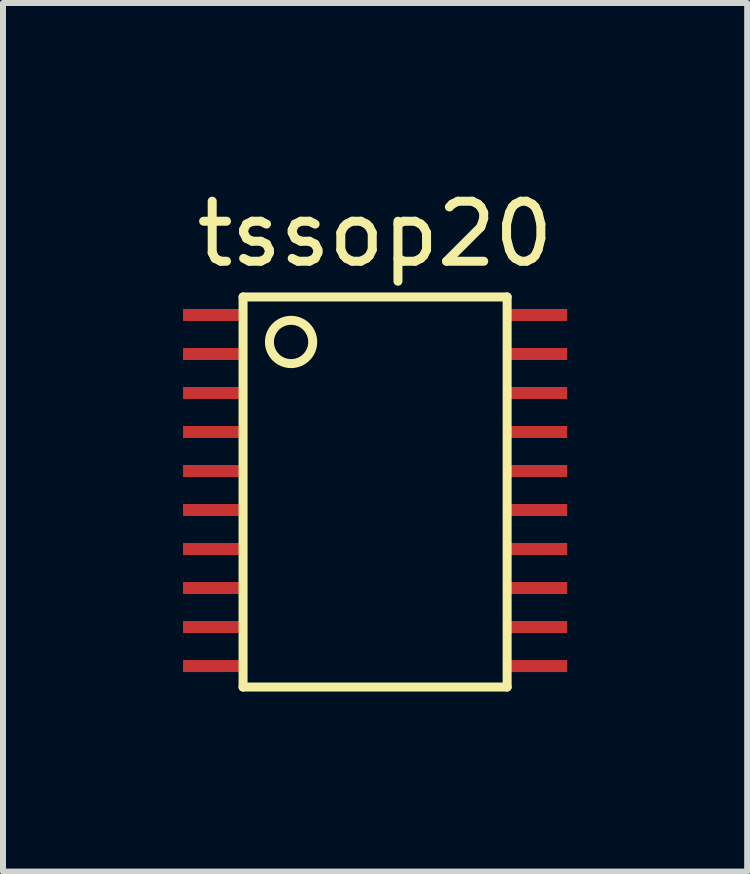
<source format=kicad_pcb>
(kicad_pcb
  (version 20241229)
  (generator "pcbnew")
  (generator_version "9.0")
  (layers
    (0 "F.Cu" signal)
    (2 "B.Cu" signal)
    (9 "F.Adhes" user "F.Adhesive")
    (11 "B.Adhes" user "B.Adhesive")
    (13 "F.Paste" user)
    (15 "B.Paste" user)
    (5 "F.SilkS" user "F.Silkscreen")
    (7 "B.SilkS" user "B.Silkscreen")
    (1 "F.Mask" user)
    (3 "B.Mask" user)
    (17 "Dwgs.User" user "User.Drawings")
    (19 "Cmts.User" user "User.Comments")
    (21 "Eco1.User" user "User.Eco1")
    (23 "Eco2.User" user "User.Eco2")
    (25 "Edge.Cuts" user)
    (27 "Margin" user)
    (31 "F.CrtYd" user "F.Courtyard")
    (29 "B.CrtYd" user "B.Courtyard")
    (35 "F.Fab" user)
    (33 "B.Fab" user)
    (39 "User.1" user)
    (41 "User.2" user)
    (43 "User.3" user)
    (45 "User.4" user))
  (footprint "tssop20"
    (layer "F.Cu")
    (at 3.2 5.448)
    (property "Reference" "tssop20" (at 0 -4.6 0) (layer "F.SilkS") (effects (font (size 1 1) (thickness 0.15))))
    (attr through_hole)
    (fp_line (start -2.2 -3.55) (end 2.2 -3.55) (stroke (width 0.15) (type solid)) (layer "F.SilkS"))
    (fp_line (start -2.2 2.95) (end -2.2 -3.55) (stroke (width 0.15) (type solid)) (layer "F.SilkS"))
    (fp_line (start 2.2 -3.55) (end 2.2 2.95) (stroke (width 0.15) (type solid)) (layer "F.SilkS"))
    (fp_line (start 2.2 2.95) (end -2.2 2.95) (stroke (width 0.15) (type solid)) (layer "F.SilkS"))
    (fp_circle (center -1.4 -2.8) (end -1.1 -2.6) (stroke (width 0.15) (type solid)) (fill no) (layer "F.SilkS"))
    (pad "1" smd rect (at -2.7 -3.25) (size 1 0.2) (layers "F.Cu" "F.Mask" "F.Paste"))
    (pad "2" smd rect (at -2.7 -2.6) (size 1 0.2) (layers "F.Cu" "F.Mask" "F.Paste"))
    (pad "3" smd rect (at -2.7 -1.95) (size 1 0.2) (layers "F.Cu" "F.Mask" "F.Paste"))
    (pad "4" smd rect (at -2.7 -1.3) (size 1 0.2) (layers "F.Cu" "F.Mask" "F.Paste"))
    (pad "5" smd rect (at -2.7 -0.65) (size 1 0.2) (layers "F.Cu" "F.Mask" "F.Paste"))
    (pad "6" smd rect (at -2.7 0) (size 1 0.2) (layers "F.Cu" "F.Mask" "F.Paste"))
    (pad "7" smd rect (at -2.7 0.65) (size 1 0.2) (layers "F.Cu" "F.Mask" "F.Paste"))
    (pad "8" smd rect (at -2.7 1.3) (size 1 0.2) (layers "F.Cu" "F.Mask" "F.Paste"))
    (pad "9" smd rect (at -2.7 1.95) (size 1 0.2) (layers "F.Cu" "F.Mask" "F.Paste"))
    (pad "10" smd rect (at -2.7 2.6) (size 1 0.2) (layers "F.Cu" "F.Mask" "F.Paste"))
    (pad "11" smd rect (at 2.7 2.6) (size 1 0.2) (layers "F.Cu" "F.Mask" "F.Paste"))
    (pad "12" smd rect (at 2.7 1.95) (size 1 0.2) (layers "F.Cu" "F.Mask" "F.Paste"))
    (pad "13" smd rect (at 2.7 1.3) (size 1 0.2) (layers "F.Cu" "F.Mask" "F.Paste"))
    (pad "14" smd rect (at 2.7 0.65) (size 1 0.2) (layers "F.Cu" "F.Mask" "F.Paste"))
    (pad "15" smd rect (at 2.7 0) (size 1 0.2) (layers "F.Cu" "F.Mask" "F.Paste"))
    (pad "16" smd rect (at 2.7 -0.65) (size 1 0.2) (layers "F.Cu" "F.Mask" "F.Paste"))
    (pad "17" smd rect (at 2.7 -1.3) (size 1 0.2) (layers "F.Cu" "F.Mask" "F.Paste"))
    (pad "18" smd rect (at 2.7 -1.95) (size 1 0.2) (layers "F.Cu" "F.Mask" "F.Paste"))
    (pad "19" smd rect (at 2.7 -2.6) (size 1 0.2) (layers "F.Cu" "F.Mask" "F.Paste"))
    (pad "20" smd rect (at 2.7 -3.25) (size 1 0.2) (layers "F.Cu" "F.Mask" "F.Paste")))
  (gr_rect
    (start -3 -3)
    (end 9.4 11.473)
    (stroke (width 0.1) (type default))
    (fill no)
    (layer "Edge.Cuts")))
</source>
